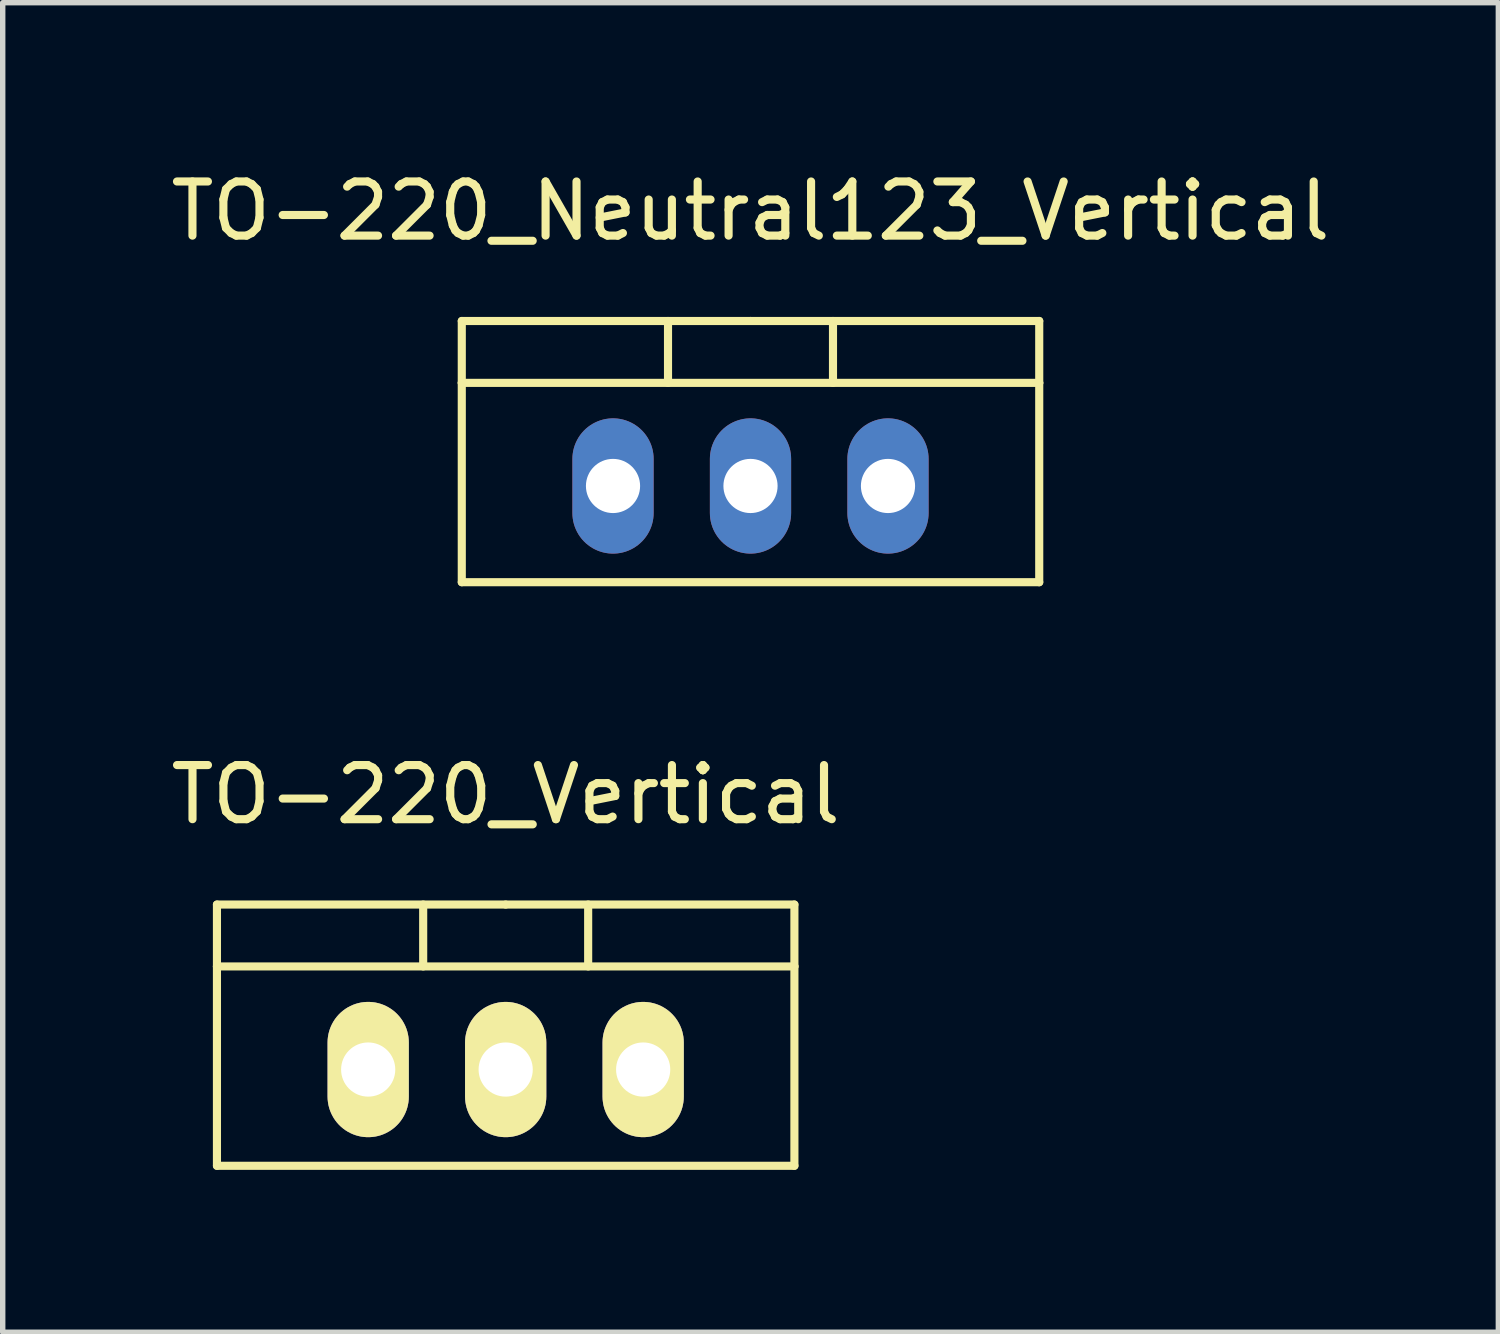
<source format=kicad_pcb>
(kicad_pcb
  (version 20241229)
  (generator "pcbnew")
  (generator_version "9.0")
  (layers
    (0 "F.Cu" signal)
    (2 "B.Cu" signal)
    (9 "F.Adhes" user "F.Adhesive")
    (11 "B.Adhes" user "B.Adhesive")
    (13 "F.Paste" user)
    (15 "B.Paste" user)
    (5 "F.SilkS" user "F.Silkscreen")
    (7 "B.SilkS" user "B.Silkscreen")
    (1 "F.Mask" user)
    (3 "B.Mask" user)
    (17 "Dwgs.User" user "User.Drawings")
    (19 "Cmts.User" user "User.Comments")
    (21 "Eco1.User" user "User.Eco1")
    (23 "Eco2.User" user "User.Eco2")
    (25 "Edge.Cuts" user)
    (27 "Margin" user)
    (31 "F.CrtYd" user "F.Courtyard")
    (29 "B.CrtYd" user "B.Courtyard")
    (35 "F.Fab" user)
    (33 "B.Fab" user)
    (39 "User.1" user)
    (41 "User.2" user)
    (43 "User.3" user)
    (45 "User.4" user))
  (footprint "TO-220_Vertical"
    (layer "F.Cu")
    (at 6.292 16.709)
    (property "Reference" "TO-220_Vertical" (at 0 -5.08 0) (layer "F.SilkS") (effects (font (size 1 1) (thickness 0.15))))
    (attr through_hole)
    (fp_line (start -5.334 -1.905) (end -5.334 -3.048) (stroke (width 0.15) (type solid)) (layer "F.SilkS"))
    (fp_line (start -5.334 1.778) (end -5.334 -1.905) (stroke (width 0.15) (type solid)) (layer "F.SilkS"))
    (fp_line (start -1.524 -3.048) (end -1.524 -1.905) (stroke (width 0.15) (type solid)) (layer "F.SilkS"))
    (fp_line (start 0 -3.048) (end -5.334 -3.048) (stroke (width 0.15) (type solid)) (layer "F.SilkS"))
    (fp_line (start 0 -3.048) (end 5.334 -3.048) (stroke (width 0.15) (type solid)) (layer "F.SilkS"))
    (fp_line (start 1.524 -3.048) (end 1.524 -1.905) (stroke (width 0.15) (type solid)) (layer "F.SilkS"))
    (fp_line (start 5.334 -3.048) (end 5.334 -1.905) (stroke (width 0.15) (type solid)) (layer "F.SilkS"))
    (fp_line (start 5.334 -1.905) (end -5.334 -1.905) (stroke (width 0.15) (type solid)) (layer "F.SilkS"))
    (fp_line (start 5.334 -1.905) (end 5.334 1.778) (stroke (width 0.15) (type solid)) (layer "F.SilkS"))
    (fp_line (start 5.334 1.778) (end -5.334 1.778) (stroke (width 0.15) (type solid)) (layer "F.SilkS"))
    (pad "GND" thru_hole oval (at 0 0 90) (size 2.499 1.501) (drill 1.001) (layers "*.Cu" "*.Mask" "F.SilkS"))
    (pad "VI" thru_hole oval (at -2.54 0 90) (size 2.499 1.501) (drill 1.001) (layers "*.Cu" "*.Mask" "F.SilkS"))
    (pad "VO" thru_hole oval (at 2.54 0 90) (size 2.499 1.501) (drill 1.001) (layers "*.Cu" "*.Mask" "F.SilkS")))
  (footprint "TO-220_Neutral123_Vertical"
    (layer "F.Cu")
    (at 10.815 5.928)
    (property "Reference" "TO-220_Neutral123_Vertical" (at 0 -5.08 0) (layer "F.SilkS") (effects (font (size 1 1) (thickness 0.15))))
    (attr through_hole)
    (fp_line (start -5.334 -1.905) (end -5.334 -3.048) (stroke (width 0.15) (type solid)) (layer "F.SilkS"))
    (fp_line (start -5.334 1.778) (end -5.334 -1.905) (stroke (width 0.15) (type solid)) (layer "F.SilkS"))
    (fp_line (start -1.524 -3.048) (end -1.524 -1.905) (stroke (width 0.15) (type solid)) (layer "F.SilkS"))
    (fp_line (start 0 -3.048) (end -5.334 -3.048) (stroke (width 0.15) (type solid)) (layer "F.SilkS"))
    (fp_line (start 0 -3.048) (end 5.334 -3.048) (stroke (width 0.15) (type solid)) (layer "F.SilkS"))
    (fp_line (start 1.524 -3.048) (end 1.524 -1.905) (stroke (width 0.15) (type solid)) (layer "F.SilkS"))
    (fp_line (start 5.334 -3.048) (end 5.334 -1.905) (stroke (width 0.15) (type solid)) (layer "F.SilkS"))
    (fp_line (start 5.334 -1.905) (end -5.334 -1.905) (stroke (width 0.15) (type solid)) (layer "F.SilkS"))
    (fp_line (start 5.334 -1.905) (end 5.334 1.778) (stroke (width 0.15) (type solid)) (layer "F.SilkS"))
    (fp_line (start 5.334 1.778) (end -5.334 1.778) (stroke (width 0.15) (type solid)) (layer "F.SilkS"))
    (pad "GND" thru_hole oval (at 0 0 90) (size 2.499 1.501) (drill 1.001) (layers "*.Cu" "*.Mask"))
    (pad "VI" thru_hole oval (at -2.54 0 90) (size 2.499 1.501) (drill 1.001) (layers "*.Cu" "*.Mask"))
    (pad "VO" thru_hole oval (at 2.54 0 90) (size 2.499 1.501) (drill 1.001) (layers "*.Cu" "*.Mask")))
  (gr_rect
    (start -3 -3)
    (end 24.631 21.562)
    (stroke (width 0.1) (type default))
    (fill no)
    (layer "Edge.Cuts")))
</source>
